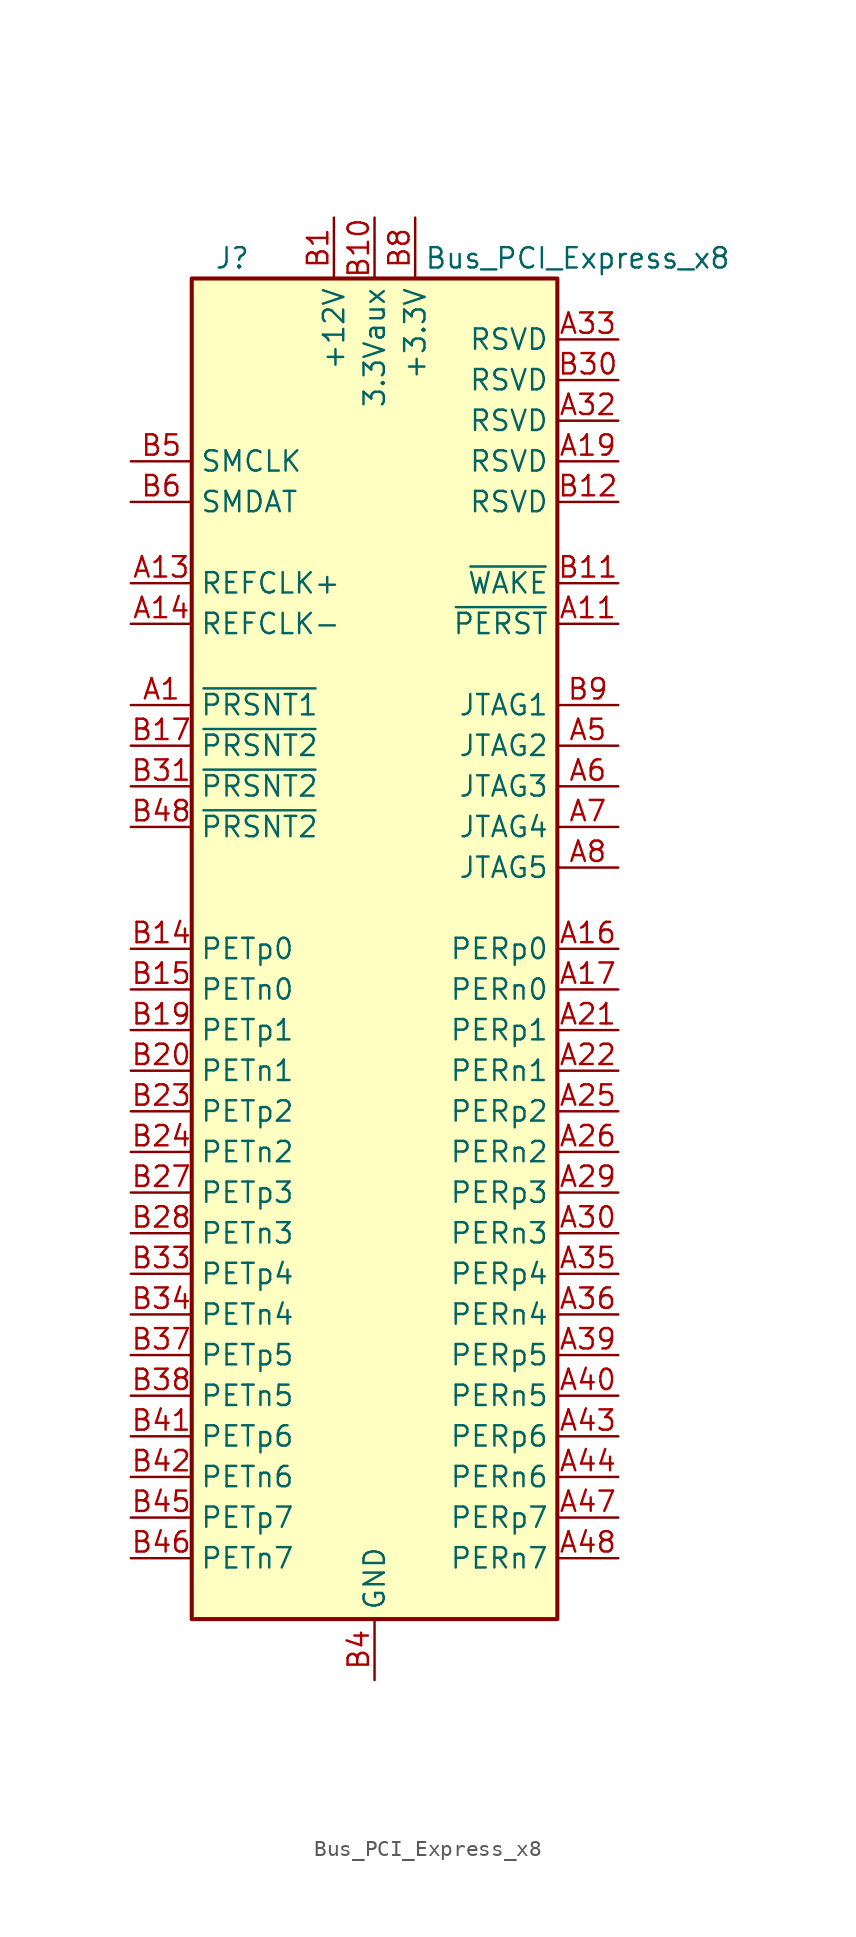
<source format=kicad_sym>
(kicad_symbol_lib
  (version 20211014)
  (generator kicad_symbol_editor)
  (symbol "Bus_PCI_Express_x8"
    (property "Reference" "J"
      (at -8.89 43.18 0)
      (effects (font (size 1.27 1.27))))
    (property "Value" "Bus_PCI_Express_x8"
      (at 12.7 43.18 0)
      (effects (font (size 1.27 1.27))))
    (symbol "Bus_PCI_Express_x8_0_1"
      (rectangle (start -11.43 41.91) (end 11.43 -41.91) (stroke (width 0.254) (type default) (color 0 0 0 0)) (fill (type background))))
    (symbol "Bus_PCI_Express_x8_1_1"
      (pin passive line (at -15.24 15.24 0) (length 3.81) (name "~{PRSNT1}" (effects (font (size 1.27 1.27)))) (number "A1" (effects (font (size 1.27 1.27)))))
      (pin passive line (at 2.54 45.72 270) (length 3.81) hide (name "+3.3V" (effects (font (size 1.27 1.27)))) (number "A10" (effects (font (size 1.27 1.27)))))
      (pin input line (at 15.24 20.32 180) (length 3.81) (name "~{PERST}" (effects (font (size 1.27 1.27)))) (number "A11" (effects (font (size 1.27 1.27)))))
      (pin passive line (at 0 -45.72 90) (length 3.81) hide (name "GND" (effects (font (size 1.27 1.27)))) (number "A12" (effects (font (size 1.27 1.27)))))
      (pin input line (at -15.24 22.86 0) (length 3.81) (name "REFCLK+" (effects (font (size 1.27 1.27)))) (number "A13" (effects (font (size 1.27 1.27)))))
      (pin input line (at -15.24 20.32 0) (length 3.81) (name "REFCLK-" (effects (font (size 1.27 1.27)))) (number "A14" (effects (font (size 1.27 1.27)))))
      (pin passive line (at 0 -45.72 90) (length 3.81) hide (name "GND" (effects (font (size 1.27 1.27)))) (number "A15" (effects (font (size 1.27 1.27)))))
      (pin output line (at 15.24 0 180) (length 3.81) (name "PERp0" (effects (font (size 1.27 1.27)))) (number "A16" (effects (font (size 1.27 1.27)))))
      (pin output line (at 15.24 -2.54 180) (length 3.81) (name "PERn0" (effects (font (size 1.27 1.27)))) (number "A17" (effects (font (size 1.27 1.27)))))
      (pin passive line (at 0 -45.72 90) (length 3.81) hide (name "GND" (effects (font (size 1.27 1.27)))) (number "A18" (effects (font (size 1.27 1.27)))))
      (pin passive line (at 15.24 30.48 180) (length 3.81) (name "RSVD" (effects (font (size 1.27 1.27)))) (number "A19" (effects (font (size 1.27 1.27)))))
      (pin passive line (at -2.54 45.72 270) (length 3.81) hide (name "+12V" (effects (font (size 1.27 1.27)))) (number "A2" (effects (font (size 1.27 1.27)))))
      (pin passive line (at 0 -45.72 90) (length 3.81) hide (name "GND" (effects (font (size 1.27 1.27)))) (number "A20" (effects (font (size 1.27 1.27)))))
      (pin output line (at 15.24 -5.08 180) (length 3.81) (name "PERp1" (effects (font (size 1.27 1.27)))) (number "A21" (effects (font (size 1.27 1.27)))))
      (pin output line (at 15.24 -7.62 180) (length 3.81) (name "PERn1" (effects (font (size 1.27 1.27)))) (number "A22" (effects (font (size 1.27 1.27)))))
      (pin passive line (at 0 -45.72 90) (length 3.81) hide (name "GND" (effects (font (size 1.27 1.27)))) (number "A23" (effects (font (size 1.27 1.27)))))
      (pin passive line (at 0 -45.72 90) (length 3.81) hide (name "GND" (effects (font (size 1.27 1.27)))) (number "A24" (effects (font (size 1.27 1.27)))))
      (pin output line (at 15.24 -10.16 180) (length 3.81) (name "PERp2" (effects (font (size 1.27 1.27)))) (number "A25" (effects (font (size 1.27 1.27)))))
      (pin output line (at 15.24 -12.7 180) (length 3.81) (name "PERn2" (effects (font (size 1.27 1.27)))) (number "A26" (effects (font (size 1.27 1.27)))))
      (pin passive line (at 0 -45.72 90) (length 3.81) hide (name "GND" (effects (font (size 1.27 1.27)))) (number "A27" (effects (font (size 1.27 1.27)))))
      (pin passive line (at 0 -45.72 90) (length 3.81) hide (name "GND" (effects (font (size 1.27 1.27)))) (number "A28" (effects (font (size 1.27 1.27)))))
      (pin output line (at 15.24 -15.24 180) (length 3.81) (name "PERp3" (effects (font (size 1.27 1.27)))) (number "A29" (effects (font (size 1.27 1.27)))))
      (pin passive line (at -2.54 45.72 270) (length 3.81) hide (name "+12V" (effects (font (size 1.27 1.27)))) (number "A3" (effects (font (size 1.27 1.27)))))
      (pin output line (at 15.24 -17.78 180) (length 3.81) (name "PERn3" (effects (font (size 1.27 1.27)))) (number "A30" (effects (font (size 1.27 1.27)))))
      (pin passive line (at 0 -45.72 90) (length 3.81) hide (name "GND" (effects (font (size 1.27 1.27)))) (number "A31" (effects (font (size 1.27 1.27)))))
      (pin passive line (at 15.24 33.02 180) (length 3.81) (name "RSVD" (effects (font (size 1.27 1.27)))) (number "A32" (effects (font (size 1.27 1.27)))))
      (pin passive line (at 15.24 38.1 180) (length 3.81) (name "RSVD" (effects (font (size 1.27 1.27)))) (number "A33" (effects (font (size 1.27 1.27)))))
      (pin passive line (at 0 -45.72 90) (length 3.81) hide (name "GND" (effects (font (size 1.27 1.27)))) (number "A34" (effects (font (size 1.27 1.27)))))
      (pin output line (at 15.24 -20.32 180) (length 3.81) (name "PERp4" (effects (font (size 1.27 1.27)))) (number "A35" (effects (font (size 1.27 1.27)))))
      (pin output line (at 15.24 -22.86 180) (length 3.81) (name "PERn4" (effects (font (size 1.27 1.27)))) (number "A36" (effects (font (size 1.27 1.27)))))
      (pin passive line (at 0 -45.72 90) (length 3.81) hide (name "GND" (effects (font (size 1.27 1.27)))) (number "A37" (effects (font (size 1.27 1.27)))))
      (pin passive line (at 0 -45.72 90) (length 3.81) hide (name "GND" (effects (font (size 1.27 1.27)))) (number "A38" (effects (font (size 1.27 1.27)))))
      (pin output line (at 15.24 -25.4 180) (length 3.81) (name "PERp5" (effects (font (size 1.27 1.27)))) (number "A39" (effects (font (size 1.27 1.27)))))
      (pin passive line (at 0 -45.72 90) (length 3.81) hide (name "GND" (effects (font (size 1.27 1.27)))) (number "A4" (effects (font (size 1.27 1.27)))))
      (pin output line (at 15.24 -27.94 180) (length 3.81) (name "PERn5" (effects (font (size 1.27 1.27)))) (number "A40" (effects (font (size 1.27 1.27)))))
      (pin passive line (at 0 -45.72 90) (length 3.81) hide (name "GND" (effects (font (size 1.27 1.27)))) (number "A41" (effects (font (size 1.27 1.27)))))
      (pin passive line (at 0 -45.72 90) (length 3.81) hide (name "GND" (effects (font (size 1.27 1.27)))) (number "A42" (effects (font (size 1.27 1.27)))))
      (pin output line (at 15.24 -30.48 180) (length 3.81) (name "PERp6" (effects (font (size 1.27 1.27)))) (number "A43" (effects (font (size 1.27 1.27)))))
      (pin output line (at 15.24 -33.02 180) (length 3.81) (name "PERn6" (effects (font (size 1.27 1.27)))) (number "A44" (effects (font (size 1.27 1.27)))))
      (pin passive line (at 0 -45.72 90) (length 3.81) hide (name "GND" (effects (font (size 1.27 1.27)))) (number "A45" (effects (font (size 1.27 1.27)))))
      (pin passive line (at 0 -45.72 90) (length 3.81) hide (name "GND" (effects (font (size 1.27 1.27)))) (number "A46" (effects (font (size 1.27 1.27)))))
      (pin output line (at 15.24 -35.56 180) (length 3.81) (name "PERp7" (effects (font (size 1.27 1.27)))) (number "A47" (effects (font (size 1.27 1.27)))))
      (pin output line (at 15.24 -38.1 180) (length 3.81) (name "PERn7" (effects (font (size 1.27 1.27)))) (number "A48" (effects (font (size 1.27 1.27)))))
      (pin passive line (at 0 -45.72 90) (length 3.81) hide (name "GND" (effects (font (size 1.27 1.27)))) (number "A49" (effects (font (size 1.27 1.27)))))
      (pin input line (at 15.24 12.7 180) (length 3.81) (name "JTAG2" (effects (font (size 1.27 1.27)))) (number "A5" (effects (font (size 1.27 1.27)))))
      (pin input line (at 15.24 10.16 180) (length 3.81) (name "JTAG3" (effects (font (size 1.27 1.27)))) (number "A6" (effects (font (size 1.27 1.27)))))
      (pin output line (at 15.24 7.62 180) (length 3.81) (name "JTAG4" (effects (font (size 1.27 1.27)))) (number "A7" (effects (font (size 1.27 1.27)))))
      (pin input line (at 15.24 5.08 180) (length 3.81) (name "JTAG5" (effects (font (size 1.27 1.27)))) (number "A8" (effects (font (size 1.27 1.27)))))
      (pin passive line (at 2.54 45.72 270) (length 3.81) hide (name "+3.3V" (effects (font (size 1.27 1.27)))) (number "A9" (effects (font (size 1.27 1.27)))))
      (pin power_in line (at -2.54 45.72 270) (length 3.81) (name "+12V" (effects (font (size 1.27 1.27)))) (number "B1" (effects (font (size 1.27 1.27)))))
      (pin power_in line (at 0 45.72 270) (length 3.81) (name "3.3Vaux" (effects (font (size 1.27 1.27)))) (number "B10" (effects (font (size 1.27 1.27)))))
      (pin open_collector line (at 15.24 22.86 180) (length 3.81) (name "~{WAKE}" (effects (font (size 1.27 1.27)))) (number "B11" (effects (font (size 1.27 1.27)))))
      (pin passive line (at 15.24 27.94 180) (length 3.81) (name "RSVD" (effects (font (size 1.27 1.27)))) (number "B12" (effects (font (size 1.27 1.27)))))
      (pin passive line (at 0 -45.72 90) (length 3.81) hide (name "GND" (effects (font (size 1.27 1.27)))) (number "B13" (effects (font (size 1.27 1.27)))))
      (pin input line (at -15.24 0 0) (length 3.81) (name "PETp0" (effects (font (size 1.27 1.27)))) (number "B14" (effects (font (size 1.27 1.27)))))
      (pin input line (at -15.24 -2.54 0) (length 3.81) (name "PETn0" (effects (font (size 1.27 1.27)))) (number "B15" (effects (font (size 1.27 1.27)))))
      (pin passive line (at 0 -45.72 90) (length 3.81) hide (name "GND" (effects (font (size 1.27 1.27)))) (number "B16" (effects (font (size 1.27 1.27)))))
      (pin passive line (at -15.24 12.7 0) (length 3.81) (name "~{PRSNT2}" (effects (font (size 1.27 1.27)))) (number "B17" (effects (font (size 1.27 1.27)))))
      (pin passive line (at 0 -45.72 90) (length 3.81) hide (name "GND" (effects (font (size 1.27 1.27)))) (number "B18" (effects (font (size 1.27 1.27)))))
      (pin input line (at -15.24 -5.08 0) (length 3.81) (name "PETp1" (effects (font (size 1.27 1.27)))) (number "B19" (effects (font (size 1.27 1.27)))))
      (pin passive line (at -2.54 45.72 270) (length 3.81) hide (name "+12V" (effects (font (size 1.27 1.27)))) (number "B2" (effects (font (size 1.27 1.27)))))
      (pin input line (at -15.24 -7.62 0) (length 3.81) (name "PETn1" (effects (font (size 1.27 1.27)))) (number "B20" (effects (font (size 1.27 1.27)))))
      (pin passive line (at 0 -45.72 90) (length 3.81) hide (name "GND" (effects (font (size 1.27 1.27)))) (number "B21" (effects (font (size 1.27 1.27)))))
      (pin passive line (at 0 -45.72 90) (length 3.81) hide (name "GND" (effects (font (size 1.27 1.27)))) (number "B22" (effects (font (size 1.27 1.27)))))
      (pin input line (at -15.24 -10.16 0) (length 3.81) (name "PETp2" (effects (font (size 1.27 1.27)))) (number "B23" (effects (font (size 1.27 1.27)))))
      (pin input line (at -15.24 -12.7 0) (length 3.81) (name "PETn2" (effects (font (size 1.27 1.27)))) (number "B24" (effects (font (size 1.27 1.27)))))
      (pin passive line (at 0 -45.72 90) (length 3.81) hide (name "GND" (effects (font (size 1.27 1.27)))) (number "B25" (effects (font (size 1.27 1.27)))))
      (pin passive line (at 0 -45.72 90) (length 3.81) hide (name "GND" (effects (font (size 1.27 1.27)))) (number "B26" (effects (font (size 1.27 1.27)))))
      (pin input line (at -15.24 -15.24 0) (length 3.81) (name "PETp3" (effects (font (size 1.27 1.27)))) (number "B27" (effects (font (size 1.27 1.27)))))
      (pin input line (at -15.24 -17.78 0) (length 3.81) (name "PETn3" (effects (font (size 1.27 1.27)))) (number "B28" (effects (font (size 1.27 1.27)))))
      (pin passive line (at 0 -45.72 90) (length 3.81) hide (name "GND" (effects (font (size 1.27 1.27)))) (number "B29" (effects (font (size 1.27 1.27)))))
      (pin passive line (at -2.54 45.72 270) (length 3.81) hide (name "+12V" (effects (font (size 1.27 1.27)))) (number "B3" (effects (font (size 1.27 1.27)))))
      (pin passive line (at 15.24 35.56 180) (length 3.81) (name "RSVD" (effects (font (size 1.27 1.27)))) (number "B30" (effects (font (size 1.27 1.27)))))
      (pin passive line (at -15.24 10.16 0) (length 3.81) (name "~{PRSNT2}" (effects (font (size 1.27 1.27)))) (number "B31" (effects (font (size 1.27 1.27)))))
      (pin passive line (at 0 -45.72 90) (length 3.81) hide (name "GND" (effects (font (size 1.27 1.27)))) (number "B32" (effects (font (size 1.27 1.27)))))
      (pin input line (at -15.24 -20.32 0) (length 3.81) (name "PETp4" (effects (font (size 1.27 1.27)))) (number "B33" (effects (font (size 1.27 1.27)))))
      (pin input line (at -15.24 -22.86 0) (length 3.81) (name "PETn4" (effects (font (size 1.27 1.27)))) (number "B34" (effects (font (size 1.27 1.27)))))
      (pin passive line (at 0 -45.72 90) (length 3.81) hide (name "GND" (effects (font (size 1.27 1.27)))) (number "B35" (effects (font (size 1.27 1.27)))))
      (pin passive line (at 0 -45.72 90) (length 3.81) hide (name "GND" (effects (font (size 1.27 1.27)))) (number "B36" (effects (font (size 1.27 1.27)))))
      (pin input line (at -15.24 -25.4 0) (length 3.81) (name "PETp5" (effects (font (size 1.27 1.27)))) (number "B37" (effects (font (size 1.27 1.27)))))
      (pin input line (at -15.24 -27.94 0) (length 3.81) (name "PETn5" (effects (font (size 1.27 1.27)))) (number "B38" (effects (font (size 1.27 1.27)))))
      (pin passive line (at 0 -45.72 90) (length 3.81) hide (name "GND" (effects (font (size 1.27 1.27)))) (number "B39" (effects (font (size 1.27 1.27)))))
      (pin power_in line (at 0 -45.72 90) (length 3.81) (name "GND" (effects (font (size 1.27 1.27)))) (number "B4" (effects (font (size 1.27 1.27)))))
      (pin passive line (at 0 -45.72 90) (length 3.81) hide (name "GND" (effects (font (size 1.27 1.27)))) (number "B40" (effects (font (size 1.27 1.27)))))
      (pin input line (at -15.24 -30.48 0) (length 3.81) (name "PETp6" (effects (font (size 1.27 1.27)))) (number "B41" (effects (font (size 1.27 1.27)))))
      (pin input line (at -15.24 -33.02 0) (length 3.81) (name "PETn6" (effects (font (size 1.27 1.27)))) (number "B42" (effects (font (size 1.27 1.27)))))
      (pin passive line (at 0 -45.72 90) (length 3.81) hide (name "GND" (effects (font (size 1.27 1.27)))) (number "B43" (effects (font (size 1.27 1.27)))))
      (pin passive line (at 0 -45.72 90) (length 3.81) hide (name "GND" (effects (font (size 1.27 1.27)))) (number "B44" (effects (font (size 1.27 1.27)))))
      (pin input line (at -15.24 -35.56 0) (length 3.81) (name "PETp7" (effects (font (size 1.27 1.27)))) (number "B45" (effects (font (size 1.27 1.27)))))
      (pin input line (at -15.24 -38.1 0) (length 3.81) (name "PETn7" (effects (font (size 1.27 1.27)))) (number "B46" (effects (font (size 1.27 1.27)))))
      (pin passive line (at 0 -45.72 90) (length 3.81) hide (name "GND" (effects (font (size 1.27 1.27)))) (number "B47" (effects (font (size 1.27 1.27)))))
      (pin passive line (at -15.24 7.62 0) (length 3.81) (name "~{PRSNT2}" (effects (font (size 1.27 1.27)))) (number "B48" (effects (font (size 1.27 1.27)))))
      (pin passive line (at 0 -45.72 90) (length 3.81) hide (name "GND" (effects (font (size 1.27 1.27)))) (number "B49" (effects (font (size 1.27 1.27)))))
      (pin input line (at -15.24 30.48 0) (length 3.81) (name "SMCLK" (effects (font (size 1.27 1.27)))) (number "B5" (effects (font (size 1.27 1.27)))))
      (pin bidirectional line (at -15.24 27.94 0) (length 3.81) (name "SMDAT" (effects (font (size 1.27 1.27)))) (number "B6" (effects (font (size 1.27 1.27)))))
      (pin passive line (at 0 -45.72 90) (length 3.81) hide (name "GND" (effects (font (size 1.27 1.27)))) (number "B7" (effects (font (size 1.27 1.27)))))
      (pin power_in line (at 2.54 45.72 270) (length 3.81) (name "+3.3V" (effects (font (size 1.27 1.27)))) (number "B8" (effects (font (size 1.27 1.27)))))
      (pin input line (at 15.24 15.24 180) (length 3.81) (name "JTAG1" (effects (font (size 1.27 1.27)))) (number "B9" (effects (font (size 1.27 1.27))))))))
</source>
